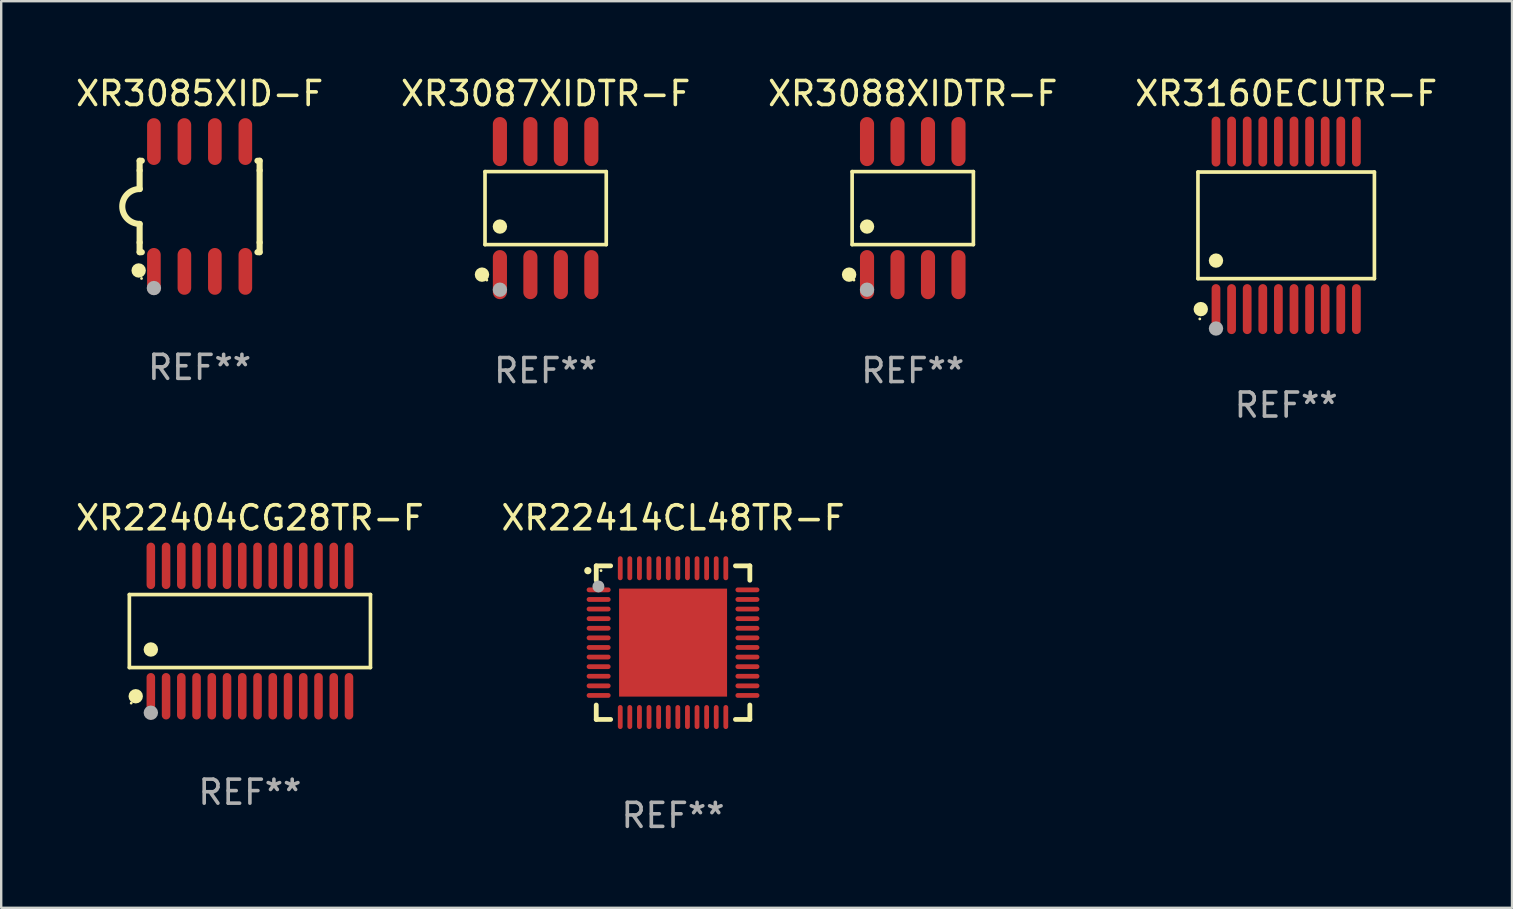
<source format=kicad_pcb>
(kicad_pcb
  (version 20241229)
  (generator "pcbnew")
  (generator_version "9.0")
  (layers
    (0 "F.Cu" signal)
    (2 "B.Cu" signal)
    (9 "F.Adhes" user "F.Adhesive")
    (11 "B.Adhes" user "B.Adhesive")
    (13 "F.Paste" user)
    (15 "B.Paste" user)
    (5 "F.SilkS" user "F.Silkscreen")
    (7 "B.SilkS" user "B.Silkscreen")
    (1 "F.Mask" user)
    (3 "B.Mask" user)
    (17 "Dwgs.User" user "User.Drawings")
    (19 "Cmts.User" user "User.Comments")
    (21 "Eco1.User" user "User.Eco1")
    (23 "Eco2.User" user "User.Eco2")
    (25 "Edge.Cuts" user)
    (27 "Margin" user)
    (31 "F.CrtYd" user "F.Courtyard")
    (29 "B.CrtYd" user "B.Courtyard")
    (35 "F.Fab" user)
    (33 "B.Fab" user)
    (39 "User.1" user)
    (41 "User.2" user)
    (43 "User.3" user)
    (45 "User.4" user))
  (footprint "XR3085XID-F"
    (layer "F.Cu")
    (at 5.268 5.553)
    (property "Reference" "XR3085XID-F" (at 0 -4.705 0) (layer "F.SilkS") (effects (font (size 1 1) (thickness 0.15))))
    (attr through_hole)
    (fp_line (start -2.5 -1.905) (end -2.409 -1.905) (stroke (width 0.254) (type solid)) (layer "F.SilkS"))
    (fp_line (start -2.5 -1.5) (end -2.5 -1.905) (stroke (width 0.254) (type solid)) (layer "F.SilkS"))
    (fp_line (start -2.5 -1.5) (end -2.5 -0.726) (stroke (width 0.254) (type solid)) (layer "F.SilkS"))
    (fp_line (start -2.5 1.5) (end -2.5 0.727) (stroke (width 0.254) (type solid)) (layer "F.SilkS"))
    (fp_line (start -2.5 1.5) (end -2.5 1.905) (stroke (width 0.254) (type solid)) (layer "F.SilkS"))
    (fp_line (start -2.5 1.905) (end -2.409 1.905) (stroke (width 0.254) (type solid)) (layer "F.SilkS"))
    (fp_line (start 2.5 -1.905) (end 2.409 -1.905) (stroke (width 0.254) (type solid)) (layer "F.SilkS"))
    (fp_line (start 2.5 -1.5) (end 2.5 -1.905) (stroke (width 0.254) (type solid)) (layer "F.SilkS"))
    (fp_line (start 2.5 -1.5) (end 2.5 1.5) (stroke (width 0.254) (type solid)) (layer "F.SilkS"))
    (fp_line (start 2.5 1.5) (end 2.5 1.905) (stroke (width 0.254) (type solid)) (layer "F.SilkS"))
    (fp_line (start 2.5 1.905) (end 2.409 1.905) (stroke (width 0.254) (type solid)) (layer "F.SilkS"))
    (fp_arc (start -2.5 0.726568) (mid -3.220316 -0.0023) (end -2.495097 -0.726289) (stroke (width 0.254001) (type solid)) (layer "F.SilkS"))
    (fp_circle (center -2.54 2.667) (end -2.39 2.667) (stroke (width 0.3) (type solid)) (fill no) (layer "F.SilkS"))
    (fp_circle (center -2.42 3) (end -2.39 3) (stroke (width 0.06) (type solid)) (fill no) (layer "F.SilkS"))
    (fp_circle (center -1.905 3.4) (end -1.755 3.4) (stroke (width 0.3) (type solid)) (fill no) (layer "F.Fab"))
    (fp_text user "REF**" (at 0 6.705 0) (layer "F.Fab") (effects (font (size 1 1) (thickness 0.15))))
    (pad "1" smd oval (at -1.905 2.705) (size 0.568 1.95) (layers "F.Cu" "F.Mask" "F.Paste"))
    (pad "2" smd oval (at -0.635 2.705) (size 0.568 1.95) (layers "F.Cu" "F.Mask" "F.Paste"))
    (pad "3" smd oval (at 0.635 2.705) (size 0.568 1.95) (layers "F.Cu" "F.Mask" "F.Paste"))
    (pad "4" smd oval (at 1.905 2.705) (size 0.568 1.95) (layers "F.Cu" "F.Mask" "F.Paste"))
    (pad "5" smd oval (at 1.905 -2.705) (size 0.568 1.95) (layers "F.Cu" "F.Mask" "F.Paste"))
    (pad "6" smd oval (at 0.635 -2.705) (size 0.568 1.95) (layers "F.Cu" "F.Mask" "F.Paste"))
    (pad "7" smd oval (at -0.635 -2.705) (size 0.568 1.95) (layers "F.Cu" "F.Mask" "F.Paste"))
    (pad "8" smd oval (at -1.905 -2.705) (size 0.568 1.95) (layers "F.Cu" "F.Mask" "F.Paste")))
  (footprint "XR22404CG28TR-F"
    (layer "F.Cu")
    (at 7.363 23.244)
    (property "Reference" "XR22404CG28TR-F" (at 0 -4.717 0) (layer "F.SilkS") (effects (font (size 1 1) (thickness 0.15))))
    (attr through_hole)
    (fp_line (start -5.023 -1.521) (end 5.023 -1.521) (stroke (width 0.152) (type solid)) (layer "F.SilkS"))
    (fp_line (start -5.023 1.521) (end -5.023 -1.521) (stroke (width 0.152) (type solid)) (layer "F.SilkS"))
    (fp_line (start 5.023 -1.521) (end 5.023 1.521) (stroke (width 0.152) (type solid)) (layer "F.SilkS"))
    (fp_line (start 5.023 1.521) (end -5.023 1.521) (stroke (width 0.152) (type solid)) (layer "F.SilkS"))
    (fp_circle (center -4.946 3.004) (end -4.916 3.004) (stroke (width 0.06) (type solid)) (fill no) (layer "F.SilkS"))
    (fp_circle (center -4.758 2.717) (end -4.608 2.717) (stroke (width 0.3) (type solid)) (fill no) (layer "F.SilkS"))
    (fp_circle (center -4.128 0.769) (end -3.977 0.769) (stroke (width 0.3) (type solid)) (fill no) (layer "F.SilkS"))
    (fp_circle (center -4.128 3.404) (end -3.977 3.404) (stroke (width 0.3) (type solid)) (fill no) (layer "F.Fab"))
    (fp_text user "REF**" (at 0 6.717 0) (layer "F.Fab") (effects (font (size 1 1) (thickness 0.15))))
    (pad "1" smd oval (at -4.128 2.717) (size 0.356 1.935) (layers "F.Cu" "F.Mask" "F.Paste"))
    (pad "2" smd oval (at -3.493 2.717) (size 0.356 1.935) (layers "F.Cu" "F.Mask" "F.Paste"))
    (pad "3" smd oval (at -2.858 2.717) (size 0.356 1.935) (layers "F.Cu" "F.Mask" "F.Paste"))
    (pad "4" smd oval (at -2.223 2.717) (size 0.356 1.935) (layers "F.Cu" "F.Mask" "F.Paste"))
    (pad "5" smd oval (at -1.588 2.717) (size 0.356 1.935) (layers "F.Cu" "F.Mask" "F.Paste"))
    (pad "6" smd oval (at -0.953 2.717) (size 0.356 1.935) (layers "F.Cu" "F.Mask" "F.Paste"))
    (pad "7" smd oval (at -0.318 2.717) (size 0.356 1.935) (layers "F.Cu" "F.Mask" "F.Paste"))
    (pad "8" smd oval (at 0.318 2.717) (size 0.356 1.935) (layers "F.Cu" "F.Mask" "F.Paste"))
    (pad "9" smd oval (at 0.953 2.717) (size 0.356 1.935) (layers "F.Cu" "F.Mask" "F.Paste"))
    (pad "10" smd oval (at 1.588 2.717) (size 0.356 1.935) (layers "F.Cu" "F.Mask" "F.Paste"))
    (pad "11" smd oval (at 2.223 2.717) (size 0.356 1.935) (layers "F.Cu" "F.Mask" "F.Paste"))
    (pad "12" smd oval (at 2.858 2.717) (size 0.356 1.935) (layers "F.Cu" "F.Mask" "F.Paste"))
    (pad "13" smd oval (at 3.493 2.717) (size 0.356 1.935) (layers "F.Cu" "F.Mask" "F.Paste"))
    (pad "14" smd oval (at 4.128 2.717) (size 0.356 1.935) (layers "F.Cu" "F.Mask" "F.Paste"))
    (pad "15" smd oval (at 4.128 -2.717) (size 0.356 1.935) (layers "F.Cu" "F.Mask" "F.Paste"))
    (pad "16" smd oval (at 3.493 -2.717) (size 0.356 1.935) (layers "F.Cu" "F.Mask" "F.Paste"))
    (pad "17" smd oval (at 2.858 -2.717) (size 0.356 1.935) (layers "F.Cu" "F.Mask" "F.Paste"))
    (pad "18" smd oval (at 2.223 -2.717) (size 0.356 1.935) (layers "F.Cu" "F.Mask" "F.Paste"))
    (pad "19" smd oval (at 1.588 -2.717) (size 0.356 1.935) (layers "F.Cu" "F.Mask" "F.Paste"))
    (pad "20" smd oval (at 0.953 -2.717) (size 0.356 1.935) (layers "F.Cu" "F.Mask" "F.Paste"))
    (pad "21" smd oval (at 0.318 -2.717) (size 0.356 1.935) (layers "F.Cu" "F.Mask" "F.Paste"))
    (pad "22" smd oval (at -0.318 -2.717) (size 0.356 1.935) (layers "F.Cu" "F.Mask" "F.Paste"))
    (pad "23" smd oval (at -0.953 -2.717) (size 0.356 1.935) (layers "F.Cu" "F.Mask" "F.Paste"))
    (pad "24" smd oval (at -1.588 -2.717) (size 0.356 1.935) (layers "F.Cu" "F.Mask" "F.Paste"))
    (pad "25" smd oval (at -2.223 -2.717) (size 0.356 1.935) (layers "F.Cu" "F.Mask" "F.Paste"))
    (pad "26" smd oval (at -2.858 -2.717) (size 0.356 1.935) (layers "F.Cu" "F.Mask" "F.Paste"))
    (pad "27" smd oval (at -3.493 -2.717) (size 0.356 1.935) (layers "F.Cu" "F.Mask" "F.Paste"))
    (pad "28" smd oval (at -4.128 -2.717) (size 0.356 1.935) (layers "F.Cu" "F.Mask" "F.Paste")))
  (footprint "XR3160ECUTR-F"
    (layer "F.Cu")
    (at 50.542 6.339)
    (property "Reference" "XR3160ECUTR-F" (at 0 -5.491 0) (layer "F.SilkS") (effects (font (size 1 1) (thickness 0.15))))
    (attr through_hole)
    (fp_line (start -3.676 -2.221) (end 3.676 -2.221) (stroke (width 0.152) (type solid)) (layer "F.SilkS"))
    (fp_line (start -3.676 2.221) (end -3.676 -2.221) (stroke (width 0.152) (type solid)) (layer "F.SilkS"))
    (fp_line (start 3.676 -2.221) (end 3.676 2.221) (stroke (width 0.152) (type solid)) (layer "F.SilkS"))
    (fp_line (start 3.676 2.221) (end -3.676 2.221) (stroke (width 0.152) (type solid)) (layer "F.SilkS"))
    (fp_circle (center -3.6 3.9) (end -3.57 3.9) (stroke (width 0.06) (type solid)) (fill no) (layer "F.SilkS"))
    (fp_circle (center -3.559 3.491) (end -3.409 3.491) (stroke (width 0.3) (type solid)) (fill no) (layer "F.SilkS"))
    (fp_circle (center -2.925 1.469) (end -2.775 1.469) (stroke (width 0.3) (type solid)) (fill no) (layer "F.SilkS"))
    (fp_circle (center -2.925 4.3) (end -2.775 4.3) (stroke (width 0.3) (type solid)) (fill no) (layer "F.Fab"))
    (fp_text user "REF**" (at 0 7.491 0) (layer "F.Fab") (effects (font (size 1 1) (thickness 0.15))))
    (pad "1" smd oval (at -2.925 3.491) (size 0.364 2.082) (layers "F.Cu" "F.Mask" "F.Paste"))
    (pad "2" smd oval (at -2.275 3.491) (size 0.364 2.082) (layers "F.Cu" "F.Mask" "F.Paste"))
    (pad "3" smd oval (at -1.625 3.491) (size 0.364 2.082) (layers "F.Cu" "F.Mask" "F.Paste"))
    (pad "4" smd oval (at -0.975 3.491) (size 0.364 2.082) (layers "F.Cu" "F.Mask" "F.Paste"))
    (pad "5" smd oval (at -0.325 3.491) (size 0.364 2.082) (layers "F.Cu" "F.Mask" "F.Paste"))
    (pad "6" smd oval (at 0.325 3.491) (size 0.364 2.082) (layers "F.Cu" "F.Mask" "F.Paste"))
    (pad "7" smd oval (at 0.975 3.491) (size 0.364 2.082) (layers "F.Cu" "F.Mask" "F.Paste"))
    (pad "8" smd oval (at 1.625 3.491) (size 0.364 2.082) (layers "F.Cu" "F.Mask" "F.Paste"))
    (pad "9" smd oval (at 2.275 3.491) (size 0.364 2.082) (layers "F.Cu" "F.Mask" "F.Paste"))
    (pad "10" smd oval (at 2.925 3.491) (size 0.364 2.082) (layers "F.Cu" "F.Mask" "F.Paste"))
    (pad "11" smd oval (at 2.925 -3.491) (size 0.364 2.082) (layers "F.Cu" "F.Mask" "F.Paste"))
    (pad "12" smd oval (at 2.275 -3.491) (size 0.364 2.082) (layers "F.Cu" "F.Mask" "F.Paste"))
    (pad "13" smd oval (at 1.625 -3.491) (size 0.364 2.082) (layers "F.Cu" "F.Mask" "F.Paste"))
    (pad "14" smd oval (at 0.975 -3.491) (size 0.364 2.082) (layers "F.Cu" "F.Mask" "F.Paste"))
    (pad "15" smd oval (at 0.325 -3.491) (size 0.364 2.082) (layers "F.Cu" "F.Mask" "F.Paste"))
    (pad "16" smd oval (at -0.325 -3.491) (size 0.364 2.082) (layers "F.Cu" "F.Mask" "F.Paste"))
    (pad "17" smd oval (at -0.975 -3.491) (size 0.364 2.082) (layers "F.Cu" "F.Mask" "F.Paste"))
    (pad "18" smd oval (at -1.625 -3.491) (size 0.364 2.082) (layers "F.Cu" "F.Mask" "F.Paste"))
    (pad "19" smd oval (at -2.275 -3.491) (size 0.364 2.082) (layers "F.Cu" "F.Mask" "F.Paste"))
    (pad "20" smd oval (at -2.925 -3.491) (size 0.364 2.082) (layers "F.Cu" "F.Mask" "F.Paste")))
  (footprint "XR3088XIDTR-F"
    (layer "F.Cu")
    (at 34.982 5.621)
    (property "Reference" "XR3088XIDTR-F" (at 0 -4.772 0) (layer "F.SilkS") (effects (font (size 1 1) (thickness 0.15))))
    (attr through_hole)
    (fp_line (start -2.526 -1.521) (end 2.526 -1.521) (stroke (width 0.152) (type solid)) (layer "F.SilkS"))
    (fp_line (start -2.526 1.521) (end -2.526 -1.521) (stroke (width 0.152) (type solid)) (layer "F.SilkS"))
    (fp_line (start 2.526 -1.521) (end 2.526 1.521) (stroke (width 0.152) (type solid)) (layer "F.SilkS"))
    (fp_line (start 2.526 1.521) (end -2.526 1.521) (stroke (width 0.152) (type solid)) (layer "F.SilkS"))
    (fp_circle (center -2.652 2.772) (end -2.501 2.772) (stroke (width 0.3) (type solid)) (fill no) (layer "F.SilkS"))
    (fp_circle (center -2.45 3) (end -2.42 3) (stroke (width 0.06) (type solid)) (fill no) (layer "F.SilkS"))
    (fp_circle (center -1.905 0.769) (end -1.755 0.769) (stroke (width 0.3) (type solid)) (fill no) (layer "F.SilkS"))
    (fp_circle (center -1.905 3.4) (end -1.755 3.4) (stroke (width 0.3) (type solid)) (fill no) (layer "F.Fab"))
    (fp_text user "REF**" (at 0 6.772 0) (layer "F.Fab") (effects (font (size 1 1) (thickness 0.15))))
    (pad "1" smd oval (at -1.905 2.772) (size 0.588 2.045) (layers "F.Cu" "F.Mask" "F.Paste"))
    (pad "2" smd oval (at -0.635 2.772) (size 0.588 2.045) (layers "F.Cu" "F.Mask" "F.Paste"))
    (pad "3" smd oval (at 0.635 2.772) (size 0.588 2.045) (layers "F.Cu" "F.Mask" "F.Paste"))
    (pad "4" smd oval (at 1.905 2.772) (size 0.588 2.045) (layers "F.Cu" "F.Mask" "F.Paste"))
    (pad "5" smd oval (at 1.905 -2.772) (size 0.588 2.045) (layers "F.Cu" "F.Mask" "F.Paste"))
    (pad "6" smd oval (at 0.635 -2.772) (size 0.588 2.045) (layers "F.Cu" "F.Mask" "F.Paste"))
    (pad "7" smd oval (at -0.635 -2.772) (size 0.588 2.045) (layers "F.Cu" "F.Mask" "F.Paste"))
    (pad "8" smd oval (at -1.905 -2.772) (size 0.588 2.045) (layers "F.Cu" "F.Mask" "F.Paste")))
  (footprint "XR3087XIDTR-F"
    (layer "F.Cu")
    (at 19.685 5.621)
    (property "Reference" "XR3087XIDTR-F" (at 0 -4.772 0) (layer "F.SilkS") (effects (font (size 1 1) (thickness 0.15))))
    (attr through_hole)
    (fp_line (start -2.526 -1.521) (end 2.526 -1.521) (stroke (width 0.152) (type solid)) (layer "F.SilkS"))
    (fp_line (start -2.526 1.521) (end -2.526 -1.521) (stroke (width 0.152) (type solid)) (layer "F.SilkS"))
    (fp_line (start 2.526 -1.521) (end 2.526 1.521) (stroke (width 0.152) (type solid)) (layer "F.SilkS"))
    (fp_line (start 2.526 1.521) (end -2.526 1.521) (stroke (width 0.152) (type solid)) (layer "F.SilkS"))
    (fp_circle (center -2.652 2.772) (end -2.501 2.772) (stroke (width 0.3) (type solid)) (fill no) (layer "F.SilkS"))
    (fp_circle (center -2.45 3) (end -2.42 3) (stroke (width 0.06) (type solid)) (fill no) (layer "F.SilkS"))
    (fp_circle (center -1.905 0.769) (end -1.755 0.769) (stroke (width 0.3) (type solid)) (fill no) (layer "F.SilkS"))
    (fp_circle (center -1.905 3.4) (end -1.755 3.4) (stroke (width 0.3) (type solid)) (fill no) (layer "F.Fab"))
    (fp_text user "REF**" (at 0 6.772 0) (layer "F.Fab") (effects (font (size 1 1) (thickness 0.15))))
    (pad "1" smd oval (at -1.905 2.772) (size 0.588 2.045) (layers "F.Cu" "F.Mask" "F.Paste"))
    (pad "2" smd oval (at -0.635 2.772) (size 0.588 2.045) (layers "F.Cu" "F.Mask" "F.Paste"))
    (pad "3" smd oval (at 0.635 2.772) (size 0.588 2.045) (layers "F.Cu" "F.Mask" "F.Paste"))
    (pad "4" smd oval (at 1.905 2.772) (size 0.588 2.045) (layers "F.Cu" "F.Mask" "F.Paste"))
    (pad "5" smd oval (at 1.905 -2.772) (size 0.588 2.045) (layers "F.Cu" "F.Mask" "F.Paste"))
    (pad "6" smd oval (at 0.635 -2.772) (size 0.588 2.045) (layers "F.Cu" "F.Mask" "F.Paste"))
    (pad "7" smd oval (at -0.635 -2.772) (size 0.588 2.045) (layers "F.Cu" "F.Mask" "F.Paste"))
    (pad "8" smd oval (at -1.905 -2.772) (size 0.588 2.045) (layers "F.Cu" "F.Mask" "F.Paste")))
  (footprint "XR22414CL48TR-F"
    (layer "F.Cu")
    (at 24.994 23.727)
    (property "Reference" "XR22414CL48TR-F" (at 0 -5.2 0) (layer "F.SilkS") (effects (font (size 1 1) (thickness 0.15))))
    (attr through_hole)
    (fp_line (start -3.2 -3.2) (end -2.6 -3.2) (stroke (width 0.2) (type solid)) (layer "F.SilkS"))
    (fp_line (start -3.2 -2.6) (end -3.2 -3.2) (stroke (width 0.2) (type solid)) (layer "F.SilkS"))
    (fp_line (start -3.2 3.2) (end -3.2 2.6) (stroke (width 0.2) (type solid)) (layer "F.SilkS"))
    (fp_line (start -2.6 3.2) (end -3.2 3.2) (stroke (width 0.2) (type solid)) (layer "F.SilkS"))
    (fp_line (start 2.6 -3.2) (end 3.2 -3.2) (stroke (width 0.2) (type solid)) (layer "F.SilkS"))
    (fp_line (start 2.6 3.2) (end 3.2 3.2) (stroke (width 0.2) (type solid)) (layer "F.SilkS"))
    (fp_line (start 3.2 -3.2) (end 3.2 -2.6) (stroke (width 0.2) (type solid)) (layer "F.SilkS"))
    (fp_line (start 3.2 3.2) (end 3.2 2.6) (stroke (width 0.2) (type solid)) (layer "F.SilkS"))
    (fp_arc (start -3.550025 -2.998349) (mid -3.55003 -2.999619) (end -3.550025 -3.000889) (stroke (width 0.3) (type solid)) (layer "F.SilkS"))
    (fp_circle (center -3 -3) (end -2.97 -3) (stroke (width 0.06) (type solid)) (fill no) (layer "F.SilkS"))
    (fp_circle (center -3.11 -2.34) (end -2.985 -2.34) (stroke (width 0.25) (type solid)) (fill no) (layer "F.Fab"))
    (fp_text user "REF**" (at 0 7.2 0) (layer "F.Fab") (effects (font (size 1 1) (thickness 0.15))))
    (pad "1" smd oval (at -3.1 -2.2) (size 1 0.2) (layers "F.Cu" "F.Mask" "F.Paste"))
    (pad "2" smd oval (at -3.1 -1.799) (size 1 0.2) (layers "F.Cu" "F.Mask" "F.Paste"))
    (pad "3" smd oval (at -3.1 -1.4) (size 1 0.2) (layers "F.Cu" "F.Mask" "F.Paste"))
    (pad "4" smd oval (at -3.1 -0.999) (size 1 0.2) (layers "F.Cu" "F.Mask" "F.Paste"))
    (pad "5" smd oval (at -3.1 -0.6) (size 1 0.2) (layers "F.Cu" "F.Mask" "F.Paste"))
    (pad "6" smd oval (at -3.1 -0.199) (size 1 0.2) (layers "F.Cu" "F.Mask" "F.Paste"))
    (pad "7" smd oval (at -3.1 0.2) (size 1 0.2) (layers "F.Cu" "F.Mask" "F.Paste"))
    (pad "8" smd oval (at -3.1 0.6) (size 1 0.2) (layers "F.Cu" "F.Mask" "F.Paste"))
    (pad "9" smd oval (at -3.1 1) (size 1 0.2) (layers "F.Cu" "F.Mask" "F.Paste"))
    (pad "10" smd oval (at -3.1 1.4) (size 1 0.2) (layers "F.Cu" "F.Mask" "F.Paste"))
    (pad "11" smd oval (at -3.1 1.8) (size 1 0.2) (layers "F.Cu" "F.Mask" "F.Paste"))
    (pad "12" smd oval (at -3.1 2.2) (size 1 0.2) (layers "F.Cu" "F.Mask" "F.Paste"))
    (pad "13" smd oval (at -2.2 3.1) (size 0.2 1) (layers "F.Cu" "F.Mask" "F.Paste"))
    (pad "14" smd oval (at -1.801 3.1) (size 0.2 1) (layers "F.Cu" "F.Mask" "F.Paste"))
    (pad "15" smd oval (at -1.4 3.1) (size 0.2 1) (layers "F.Cu" "F.Mask" "F.Paste"))
    (pad "16" smd oval (at -1 3.1) (size 0.2 1) (layers "F.Cu" "F.Mask" "F.Paste"))
    (pad "17" smd oval (at -0.6 3.1) (size 0.2 1) (layers "F.Cu" "F.Mask" "F.Paste"))
    (pad "18" smd oval (at -0.2 3.1) (size 0.2 1) (layers "F.Cu" "F.Mask" "F.Paste"))
    (pad "19" smd oval (at 0.199 3.1) (size 0.2 1) (layers "F.Cu" "F.Mask" "F.Paste"))
    (pad "20" smd oval (at 0.6 3.1) (size 0.2 1) (layers "F.Cu" "F.Mask" "F.Paste"))
    (pad "21" smd oval (at 0.999 3.1) (size 0.2 1) (layers "F.Cu" "F.Mask" "F.Paste"))
    (pad "22" smd oval (at 1.4 3.1) (size 0.2 1) (layers "F.Cu" "F.Mask" "F.Paste"))
    (pad "23" smd oval (at 1.799 3.1) (size 0.2 1) (layers "F.Cu" "F.Mask" "F.Paste"))
    (pad "24" smd oval (at 2.199 3.1) (size 0.2 1) (layers "F.Cu" "F.Mask" "F.Paste"))
    (pad "25" smd oval (at 3.1 2.2) (size 1 0.2) (layers "F.Cu" "F.Mask" "F.Paste"))
    (pad "26" smd oval (at 3.1 1.8) (size 1 0.2) (layers "F.Cu" "F.Mask" "F.Paste"))
    (pad "27" smd oval (at 3.1 1.4) (size 1 0.2) (layers "F.Cu" "F.Mask" "F.Paste"))
    (pad "28" smd oval (at 3.1 1) (size 1 0.2) (layers "F.Cu" "F.Mask" "F.Paste"))
    (pad "29" smd oval (at 3.1 0.6) (size 1 0.2) (layers "F.Cu" "F.Mask" "F.Paste"))
    (pad "30" smd oval (at 3.1 0.2) (size 1 0.2) (layers "F.Cu" "F.Mask" "F.Paste"))
    (pad "31" smd oval (at 3.1 -0.2) (size 1 0.2) (layers "F.Cu" "F.Mask" "F.Paste"))
    (pad "32" smd oval (at 3.1 -0.6) (size 1 0.2) (layers "F.Cu" "F.Mask" "F.Paste"))
    (pad "33" smd oval (at 3.1 -1) (size 1 0.2) (layers "F.Cu" "F.Mask" "F.Paste"))
    (pad "34" smd oval (at 3.1 -1.4) (size 1 0.2) (layers "F.Cu" "F.Mask" "F.Paste"))
    (pad "35" smd oval (at 3.1 -1.799) (size 1 0.2) (layers "F.Cu" "F.Mask" "F.Paste"))
    (pad "36" smd oval (at 3.1 -2.2) (size 1 0.2) (layers "F.Cu" "F.Mask" "F.Paste"))
    (pad "37" smd oval (at 2.199 -3.1) (size 0.2 1) (layers "F.Cu" "F.Mask" "F.Paste"))
    (pad "38" smd oval (at 1.799 -3.1) (size 0.2 1) (layers "F.Cu" "F.Mask" "F.Paste"))
    (pad "39" smd oval (at 1.4 -3.1) (size 0.2 1) (layers "F.Cu" "F.Mask" "F.Paste"))
    (pad "40" smd oval (at 0.999 -3.1) (size 0.2 1) (layers "F.Cu" "F.Mask" "F.Paste"))
    (pad "41" smd oval (at 0.6 -3.1) (size 0.2 1) (layers "F.Cu" "F.Mask" "F.Paste"))
    (pad "42" smd oval (at 0.199 -3.1) (size 0.2 1) (layers "F.Cu" "F.Mask" "F.Paste"))
    (pad "43" smd oval (at -0.2 -3.1) (size 0.2 1) (layers "F.Cu" "F.Mask" "F.Paste"))
    (pad "44" smd oval (at -0.6 -3.1) (size 0.2 1) (layers "F.Cu" "F.Mask" "F.Paste"))
    (pad "45" smd oval (at -1 -3.1) (size 0.2 1) (layers "F.Cu" "F.Mask" "F.Paste"))
    (pad "46" smd oval (at -1.4 -3.1) (size 0.2 1) (layers "F.Cu" "F.Mask" "F.Paste"))
    (pad "47" smd oval (at -1.801 -3.1) (size 0.2 1) (layers "F.Cu" "F.Mask" "F.Paste"))
    (pad "48" smd oval (at -2.2 -3.1) (size 0.2 1) (layers "F.Cu" "F.Mask" "F.Paste"))
    (pad "49" smd rect (at 0.001 -0.001) (size 4.5 4.5) (layers "F.Cu" "F.Mask" "F.Paste")))
  (gr_rect
    (start -3 -3)
    (end 59.952 34.775)
    (stroke (width 0.1) (type default))
    (fill no)
    (layer "Edge.Cuts")))
</source>
